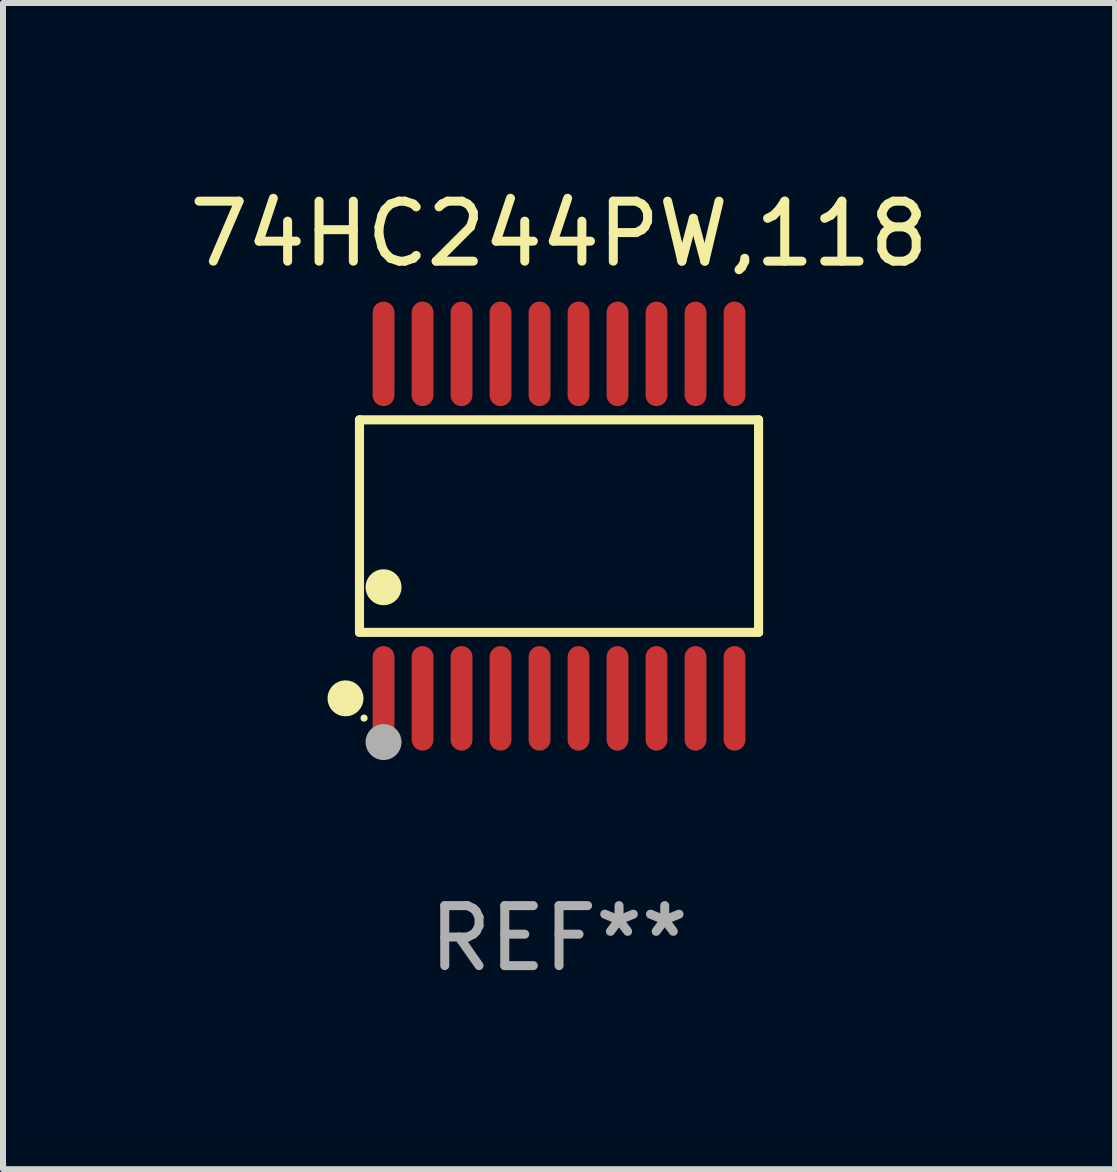
<source format=kicad_pcb>
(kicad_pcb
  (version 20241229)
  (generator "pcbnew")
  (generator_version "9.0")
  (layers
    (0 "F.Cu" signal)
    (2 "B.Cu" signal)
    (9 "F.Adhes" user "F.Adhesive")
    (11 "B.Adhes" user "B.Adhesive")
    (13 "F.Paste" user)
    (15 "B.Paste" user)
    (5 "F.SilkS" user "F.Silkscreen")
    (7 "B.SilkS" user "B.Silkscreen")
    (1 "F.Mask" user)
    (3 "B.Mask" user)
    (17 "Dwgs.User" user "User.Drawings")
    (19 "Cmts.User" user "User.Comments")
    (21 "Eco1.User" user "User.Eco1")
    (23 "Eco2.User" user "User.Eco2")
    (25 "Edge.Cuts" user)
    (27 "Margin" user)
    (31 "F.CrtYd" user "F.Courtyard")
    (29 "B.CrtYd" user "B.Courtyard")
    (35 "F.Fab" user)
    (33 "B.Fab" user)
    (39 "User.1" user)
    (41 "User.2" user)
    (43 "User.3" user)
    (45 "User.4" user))
  (footprint "74HC244PW,118"
    (layer "F.Cu")
    (at 6.268 5.719)
    (property "Reference" "74HC244PW,118" (at 0 -4.871 0) (layer "F.SilkS") (effects (font (size 1 1) (thickness 0.15))))
    (attr through_hole)
    (fp_line (start -3.326 -1.771) (end 3.326 -1.771) (stroke (width 0.152) (type solid)) (layer "F.SilkS"))
    (fp_line (start -3.326 1.771) (end -3.326 -1.771) (stroke (width 0.152) (type solid)) (layer "F.SilkS"))
    (fp_line (start 3.326 -1.771) (end 3.326 1.771) (stroke (width 0.152) (type solid)) (layer "F.SilkS"))
    (fp_line (start 3.326 1.771) (end -3.326 1.771) (stroke (width 0.152) (type solid)) (layer "F.SilkS"))
    (fp_circle (center -3.559 2.871) (end -3.409 2.871) (stroke (width 0.3) (type solid)) (fill no) (layer "F.SilkS"))
    (fp_circle (center -3.25 3.2) (end -3.22 3.2) (stroke (width 0.06) (type solid)) (fill no) (layer "F.SilkS"))
    (fp_circle (center -2.925 1.019) (end -2.775 1.019) (stroke (width 0.3) (type solid)) (fill no) (layer "F.SilkS"))
    (fp_circle (center -2.925 3.6) (end -2.775 3.6) (stroke (width 0.3) (type solid)) (fill no) (layer "F.Fab"))
    (fp_text user "REF**" (at 0 6.871 0) (layer "F.Fab") (effects (font (size 1 1) (thickness 0.15))))
    (pad "1" smd oval (at -2.925 2.871) (size 0.364 1.742) (layers "F.Cu" "F.Mask" "F.Paste"))
    (pad "2" smd oval (at -2.275 2.871) (size 0.364 1.742) (layers "F.Cu" "F.Mask" "F.Paste"))
    (pad "3" smd oval (at -1.625 2.871) (size 0.364 1.742) (layers "F.Cu" "F.Mask" "F.Paste"))
    (pad "4" smd oval (at -0.975 2.871) (size 0.364 1.742) (layers "F.Cu" "F.Mask" "F.Paste"))
    (pad "5" smd oval (at -0.325 2.871) (size 0.364 1.742) (layers "F.Cu" "F.Mask" "F.Paste"))
    (pad "6" smd oval (at 0.325 2.871) (size 0.364 1.742) (layers "F.Cu" "F.Mask" "F.Paste"))
    (pad "7" smd oval (at 0.975 2.871) (size 0.364 1.742) (layers "F.Cu" "F.Mask" "F.Paste"))
    (pad "8" smd oval (at 1.625 2.871) (size 0.364 1.742) (layers "F.Cu" "F.Mask" "F.Paste"))
    (pad "9" smd oval (at 2.275 2.871) (size 0.364 1.742) (layers "F.Cu" "F.Mask" "F.Paste"))
    (pad "10" smd oval (at 2.925 2.871) (size 0.364 1.742) (layers "F.Cu" "F.Mask" "F.Paste"))
    (pad "11" smd oval (at 2.925 -2.871) (size 0.364 1.742) (layers "F.Cu" "F.Mask" "F.Paste"))
    (pad "12" smd oval (at 2.275 -2.871) (size 0.364 1.742) (layers "F.Cu" "F.Mask" "F.Paste"))
    (pad "13" smd oval (at 1.625 -2.871) (size 0.364 1.742) (layers "F.Cu" "F.Mask" "F.Paste"))
    (pad "14" smd oval (at 0.975 -2.871) (size 0.364 1.742) (layers "F.Cu" "F.Mask" "F.Paste"))
    (pad "15" smd oval (at 0.325 -2.871) (size 0.364 1.742) (layers "F.Cu" "F.Mask" "F.Paste"))
    (pad "16" smd oval (at -0.325 -2.871) (size 0.364 1.742) (layers "F.Cu" "F.Mask" "F.Paste"))
    (pad "17" smd oval (at -0.975 -2.871) (size 0.364 1.742) (layers "F.Cu" "F.Mask" "F.Paste"))
    (pad "18" smd oval (at -1.625 -2.871) (size 0.364 1.742) (layers "F.Cu" "F.Mask" "F.Paste"))
    (pad "19" smd oval (at -2.275 -2.871) (size 0.364 1.742) (layers "F.Cu" "F.Mask" "F.Paste"))
    (pad "20" smd oval (at -2.925 -2.871) (size 0.364 1.742) (layers "F.Cu" "F.Mask" "F.Paste")))
  (gr_rect
    (start -3 -3)
    (end 15.536 16.438)
    (stroke (width 0.1) (type default))
    (fill no)
    (layer "Edge.Cuts")))
</source>
